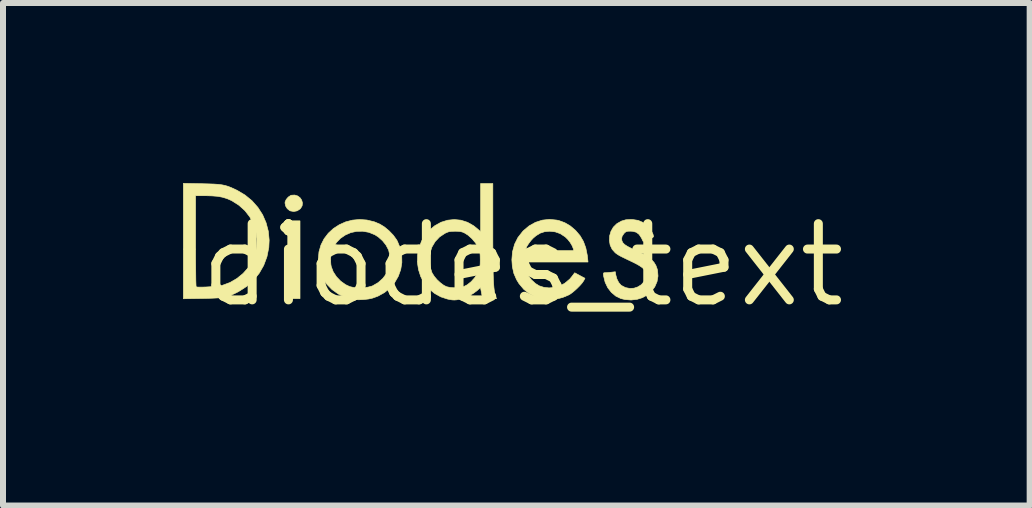
<source format=kicad_pcb>
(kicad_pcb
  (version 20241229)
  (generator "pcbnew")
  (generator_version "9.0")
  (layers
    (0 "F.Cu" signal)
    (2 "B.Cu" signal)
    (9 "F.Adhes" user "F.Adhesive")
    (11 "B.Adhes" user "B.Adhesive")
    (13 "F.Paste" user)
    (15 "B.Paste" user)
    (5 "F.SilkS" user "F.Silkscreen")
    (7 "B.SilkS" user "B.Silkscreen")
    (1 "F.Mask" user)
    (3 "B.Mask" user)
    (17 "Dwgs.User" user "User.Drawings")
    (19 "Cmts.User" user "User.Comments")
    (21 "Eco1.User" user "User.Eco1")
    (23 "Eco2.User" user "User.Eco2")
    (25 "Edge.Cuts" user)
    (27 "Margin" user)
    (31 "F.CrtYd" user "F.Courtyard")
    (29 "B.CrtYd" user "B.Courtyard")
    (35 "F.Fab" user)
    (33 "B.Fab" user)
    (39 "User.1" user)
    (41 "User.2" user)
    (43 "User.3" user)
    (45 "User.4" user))
  (footprint "diodes_text"
    (layer "F.Cu")
    (at 5.657 1.367)
    (property "Reference" "diodes_text" (at 0 0 0) (layer "F.SilkS") (effects (font (size 1.27 1.27) (thickness 0.15))))
    (attr through_hole)
    (fp_poly (pts (xy -3.708 0.559) (xy -3.912 0.559) (xy -3.912 -0.737) (xy -3.708 -0.737) (xy -3.708 0.559)) (stroke (width 0.01) (type solid)) (fill yes) (layer "F.SilkS"))
    (fp_poly (pts (xy -3.747 -1.152) (xy -3.707 -1.122) (xy -3.68 -1.082) (xy -3.667 -1.035) (xy -3.673 -0.987) (xy -3.7 -0.942) (xy -3.705 -0.937) (xy -3.755 -0.904) (xy -3.812 -0.893) (xy -3.87 -0.903) (xy -3.882 -0.909) (xy -3.921 -0.941) (xy -3.948 -0.985) (xy -3.958 -1.034) (xy -3.956 -1.054) (xy -3.937 -1.095) (xy -3.904 -1.133) (xy -3.865 -1.159) (xy -3.852 -1.164) (xy -3.796 -1.167) (xy -3.747 -1.152)) (stroke (width 0.01) (type solid)) (fill yes) (layer "F.SilkS"))
    (fp_poly (pts (xy -5.344 -1.356) (xy -5.233 -1.353) (xy -5.143 -1.35) (xy -5.07 -1.345) (xy -5.008 -1.337) (xy -4.955 -1.326) (xy -4.905 -1.311) (xy -4.854 -1.291) (xy -4.797 -1.265) (xy -4.755 -1.245) (xy -4.624 -1.167) (xy -4.508 -1.072) (xy -4.41 -0.961) (xy -4.331 -0.838) (xy -4.273 -0.704) (xy -4.236 -0.563) (xy -4.222 -0.416) (xy -4.228 -0.293) (xy -4.259 -0.139) (xy -4.313 0.005) (xy -4.388 0.136) (xy -4.483 0.254) (xy -4.598 0.356) (xy -4.731 0.441) (xy -4.756 0.454) (xy -4.813 0.482) (xy -4.864 0.504) (xy -4.913 0.521) (xy -4.964 0.533) (xy -5.022 0.542) (xy -5.09 0.548) (xy -5.173 0.552) (xy -5.275 0.555) (xy -5.331 0.556) (xy -5.652 0.561) (xy -5.652 -0.402) (xy -5.448 -0.402) (xy -5.448 -0.266) (xy -5.448 -0.138) (xy -5.447 -0.019) (xy -5.446 0.088) (xy -5.445 0.18) (xy -5.444 0.256) (xy -5.442 0.313) (xy -5.44 0.349) (xy -5.439 0.361) (xy -5.422 0.366) (xy -5.384 0.367) (xy -5.332 0.367) (xy -5.27 0.365) (xy -5.204 0.361) (xy -5.137 0.356) (xy -5.077 0.349) (xy -5.027 0.342) (xy -4.998 0.336) (xy -4.874 0.29) (xy -4.759 0.223) (xy -4.656 0.139) (xy -4.569 0.041) (xy -4.5 -0.069) (xy -4.458 -0.173) (xy -4.43 -0.305) (xy -4.425 -0.437) (xy -4.444 -0.566) (xy -4.485 -0.689) (xy -4.546 -0.804) (xy -4.626 -0.907) (xy -4.726 -0.997) (xy -4.842 -1.071) (xy -4.856 -1.078) (xy -4.928 -1.109) (xy -5.001 -1.131) (xy -5.081 -1.146) (xy -5.174 -1.153) (xy -5.274 -1.156) (xy -5.448 -1.156) (xy -5.448 -0.402) (xy -5.652 -0.402) (xy -5.652 -1.362) (xy -5.344 -1.356)) (stroke (width 0.01) (type solid)) (fill yes) (layer "F.SilkS"))
    (fp_poly (pts (xy -2.593 -0.751) (xy -2.47 -0.721) (xy -2.377 -0.682) (xy -2.301 -0.635) (xy -2.224 -0.571) (xy -2.154 -0.498) (xy -2.099 -0.422) (xy -2.086 -0.399) (xy -2.037 -0.281) (xy -2.013 -0.161) (xy -2.011 -0.041) (xy -2.03 0.075) (xy -2.07 0.186) (xy -2.129 0.288) (xy -2.206 0.379) (xy -2.3 0.457) (xy -2.41 0.518) (xy -2.498 0.55) (xy -2.566 0.565) (xy -2.646 0.574) (xy -2.729 0.578) (xy -2.802 0.574) (xy -2.828 0.571) (xy -2.953 0.537) (xy -3.07 0.482) (xy -3.174 0.408) (xy -3.262 0.318) (xy -3.33 0.214) (xy -3.339 0.198) (xy -3.371 0.123) (xy -3.391 0.052) (xy -3.401 -0.025) (xy -3.402 -0.07) (xy -3.198 -0.07) (xy -3.194 -0.012) (xy -3.188 0.024) (xy -3.155 0.111) (xy -3.101 0.194) (xy -3.031 0.267) (xy -2.949 0.326) (xy -2.878 0.359) (xy -2.815 0.373) (xy -2.738 0.379) (xy -2.656 0.377) (xy -2.577 0.368) (xy -2.512 0.351) (xy -2.497 0.345) (xy -2.406 0.292) (xy -2.327 0.221) (xy -2.264 0.137) (xy -2.228 0.06) (xy -2.212 -0.007) (xy -2.208 -0.087) (xy -2.214 -0.169) (xy -2.23 -0.244) (xy -2.235 -0.257) (xy -2.275 -0.333) (xy -2.333 -0.406) (xy -2.403 -0.468) (xy -2.46 -0.505) (xy -2.561 -0.546) (xy -2.663 -0.564) (xy -2.765 -0.562) (xy -2.862 -0.541) (xy -2.953 -0.501) (xy -3.034 -0.446) (xy -3.101 -0.376) (xy -3.154 -0.292) (xy -3.187 -0.197) (xy -3.197 -0.126) (xy -3.198 -0.07) (xy -3.402 -0.07) (xy -3.403 -0.097) (xy -3.392 -0.221) (xy -3.359 -0.335) (xy -3.307 -0.438) (xy -3.237 -0.53) (xy -3.153 -0.608) (xy -3.056 -0.671) (xy -2.95 -0.719) (xy -2.835 -0.749) (xy -2.716 -0.76) (xy -2.593 -0.751)) (stroke (width 0.01) (type solid)) (fill yes) (layer "F.SilkS"))
    (fp_poly (pts (xy 0.568 -0.75) (xy 0.603 -0.743) (xy 0.704 -0.706) (xy 0.796 -0.652) (xy 0.884 -0.577) (xy 0.958 -0.49) (xy 1.014 -0.395) (xy 1.054 -0.286) (xy 1.079 -0.161) (xy 1.084 -0.117) (xy 1.091 -0.051) (xy 0.022 -0.051) (xy 0.029 0.006) (xy 0.049 0.087) (xy 0.09 0.168) (xy 0.146 0.243) (xy 0.214 0.306) (xy 0.276 0.345) (xy 0.353 0.37) (xy 0.44 0.38) (xy 0.529 0.374) (xy 0.6 0.356) (xy 0.701 0.305) (xy 0.786 0.234) (xy 0.825 0.187) (xy 0.869 0.128) (xy 0.954 0.174) (xy 1.04 0.22) (xy 1.02 0.259) (xy 0.994 0.297) (xy 0.953 0.344) (xy 0.904 0.393) (xy 0.851 0.44) (xy 0.802 0.478) (xy 0.768 0.498) (xy 0.67 0.539) (xy 0.564 0.566) (xy 0.459 0.579) (xy 0.362 0.575) (xy 0.343 0.572) (xy 0.225 0.538) (xy 0.116 0.481) (xy 0.021 0.404) (xy -0.059 0.309) (xy -0.099 0.244) (xy -0.145 0.138) (xy -0.17 0.026) (xy -0.178 -0.089) (xy -0.167 -0.224) (xy -0.158 -0.254) (xy 0.051 -0.254) (xy 0.063 -0.25) (xy 0.101 -0.247) (xy 0.165 -0.244) (xy 0.253 -0.242) (xy 0.367 -0.241) (xy 0.452 -0.241) (xy 0.854 -0.241) (xy 0.845 -0.276) (xy 0.826 -0.323) (xy 0.794 -0.377) (xy 0.753 -0.429) (xy 0.712 -0.469) (xy 0.711 -0.47) (xy 0.628 -0.524) (xy 0.543 -0.554) (xy 0.451 -0.564) (xy 0.367 -0.556) (xy 0.294 -0.532) (xy 0.224 -0.489) (xy 0.177 -0.449) (xy 0.14 -0.409) (xy 0.105 -0.363) (xy 0.075 -0.317) (xy 0.056 -0.277) (xy 0.051 -0.254) (xy -0.158 -0.254) (xy -0.133 -0.347) (xy -0.077 -0.459) (xy 0.002 -0.56) (xy 0.013 -0.572) (xy 0.109 -0.653) (xy 0.216 -0.713) (xy 0.33 -0.749) (xy 0.448 -0.762) (xy 0.568 -0.75)) (stroke (width 0.01) (type solid)) (fill yes) (layer "F.SilkS"))
    (fp_poly (pts (xy 1.835 -0.759) (xy 1.926 -0.745) (xy 2.003 -0.712) (xy 2.073 -0.657) (xy 2.083 -0.648) (xy 2.119 -0.606) (xy 2.151 -0.56) (xy 2.173 -0.516) (xy 2.182 -0.482) (xy 2.182 -0.473) (xy 2.168 -0.458) (xy 2.133 -0.44) (xy 2.093 -0.424) (xy 2.008 -0.396) (xy 1.981 -0.452) (xy 1.943 -0.51) (xy 1.896 -0.547) (xy 1.834 -0.563) (xy 1.799 -0.565) (xy 1.755 -0.564) (xy 1.727 -0.557) (xy 1.705 -0.542) (xy 1.688 -0.524) (xy 1.658 -0.478) (xy 1.651 -0.439) (xy 1.656 -0.404) (xy 1.671 -0.373) (xy 1.7 -0.343) (xy 1.746 -0.313) (xy 1.811 -0.279) (xy 1.876 -0.249) (xy 1.985 -0.197) (xy 2.072 -0.148) (xy 2.138 -0.1) (xy 2.188 -0.049) (xy 2.222 0.006) (xy 2.244 0.067) (xy 2.249 0.086) (xy 2.257 0.183) (xy 2.241 0.276) (xy 2.203 0.363) (xy 2.144 0.44) (xy 2.066 0.505) (xy 1.997 0.543) (xy 1.908 0.571) (xy 1.809 0.582) (xy 1.708 0.574) (xy 1.639 0.558) (xy 1.554 0.517) (xy 1.481 0.456) (xy 1.42 0.378) (xy 1.376 0.286) (xy 1.351 0.184) (xy 1.35 0.182) (xy 1.347 0.148) (xy 1.35 0.132) (xy 1.365 0.127) (xy 1.379 0.127) (xy 1.414 0.125) (xy 1.46 0.121) (xy 1.481 0.119) (xy 1.546 0.111) (xy 1.554 0.165) (xy 1.572 0.231) (xy 1.602 0.29) (xy 1.64 0.334) (xy 1.648 0.34) (xy 1.715 0.375) (xy 1.786 0.389) (xy 1.857 0.385) (xy 1.922 0.363) (xy 1.979 0.327) (xy 2.023 0.277) (xy 2.05 0.216) (xy 2.057 0.161) (xy 2.051 0.118) (xy 2.032 0.079) (xy 1.995 0.042) (xy 1.94 0.005) (xy 1.864 -0.036) (xy 1.844 -0.046) (xy 1.76 -0.086) (xy 1.696 -0.117) (xy 1.647 -0.141) (xy 1.611 -0.16) (xy 1.584 -0.177) (xy 1.562 -0.192) (xy 1.544 -0.206) (xy 1.493 -0.263) (xy 1.46 -0.332) (xy 1.447 -0.408) (xy 1.451 -0.487) (xy 1.473 -0.562) (xy 1.512 -0.631) (xy 1.568 -0.687) (xy 1.58 -0.695) (xy 1.65 -0.734) (xy 1.721 -0.755) (xy 1.803 -0.76) (xy 1.835 -0.759)) (stroke (width 0.01) (type solid)) (fill yes) (layer "F.SilkS"))
    (fp_poly (pts (xy -0.495 -0.578) (xy -0.495 -0.389) (xy -0.494 -0.224) (xy -0.493 -0.08) (xy -0.491 0.043) (xy -0.489 0.149) (xy -0.486 0.237) (xy -0.482 0.312) (xy -0.477 0.373) (xy -0.471 0.423) (xy -0.464 0.464) (xy -0.455 0.497) (xy -0.451 0.512) (xy -0.434 0.56) (xy -0.551 0.556) (xy -0.667 0.552) (xy -0.684 0.463) (xy -0.701 0.373) (xy -0.754 0.422) (xy -0.82 0.472) (xy -0.899 0.517) (xy -0.981 0.552) (xy -1.047 0.57) (xy -1.098 0.579) (xy -1.137 0.582) (xy -1.174 0.58) (xy -1.221 0.572) (xy -1.254 0.565) (xy -1.361 0.53) (xy -1.464 0.473) (xy -1.556 0.398) (xy -1.561 0.393) (xy -1.639 0.298) (xy -1.697 0.19) (xy -1.734 0.075) (xy -1.752 -0.045) (xy -1.751 -0.064) (xy -1.552 -0.064) (xy -1.538 0.034) (xy -1.511 0.122) (xy -1.504 0.136) (xy -1.471 0.188) (xy -1.424 0.244) (xy -1.369 0.295) (xy -1.314 0.336) (xy -1.267 0.36) (xy -1.203 0.374) (xy -1.126 0.379) (xy -1.05 0.375) (xy -0.986 0.361) (xy -0.921 0.328) (xy -0.856 0.276) (xy -0.797 0.21) (xy -0.75 0.137) (xy -0.746 0.129) (xy -0.728 0.089) (xy -0.715 0.056) (xy -0.709 0.023) (xy -0.706 -0.02) (xy -0.705 -0.079) (xy -0.705 -0.089) (xy -0.706 -0.152) (xy -0.709 -0.198) (xy -0.715 -0.234) (xy -0.727 -0.267) (xy -0.739 -0.295) (xy -0.783 -0.369) (xy -0.842 -0.439) (xy -0.908 -0.498) (xy -0.959 -0.531) (xy -0.998 -0.549) (xy -1.036 -0.559) (xy -1.082 -0.563) (xy -1.124 -0.564) (xy -1.181 -0.562) (xy -1.224 -0.557) (xy -1.261 -0.544) (xy -1.293 -0.529) (xy -1.383 -0.469) (xy -1.456 -0.392) (xy -1.51 -0.301) (xy -1.543 -0.2) (xy -1.549 -0.163) (xy -1.552 -0.064) (xy -1.751 -0.064) (xy -1.749 -0.167) (xy -1.725 -0.287) (xy -1.682 -0.401) (xy -1.618 -0.506) (xy -1.556 -0.578) (xy -1.461 -0.657) (xy -1.357 -0.714) (xy -1.248 -0.748) (xy -1.137 -0.759) (xy -1.026 -0.748) (xy -0.917 -0.713) (xy -0.815 -0.655) (xy -0.759 -0.61) (xy -0.699 -0.557) (xy -0.699 -1.359) (xy -0.495 -1.359) (xy -0.495 -0.578)) (stroke (width 0.01) (type solid)) (fill yes) (layer "F.SilkS")))
  (gr_rect
    (start -3 -3)
    (end 14.107 5.373)
    (stroke (width 0.1) (type default))
    (fill no)
    (layer "Edge.Cuts")))
</source>
